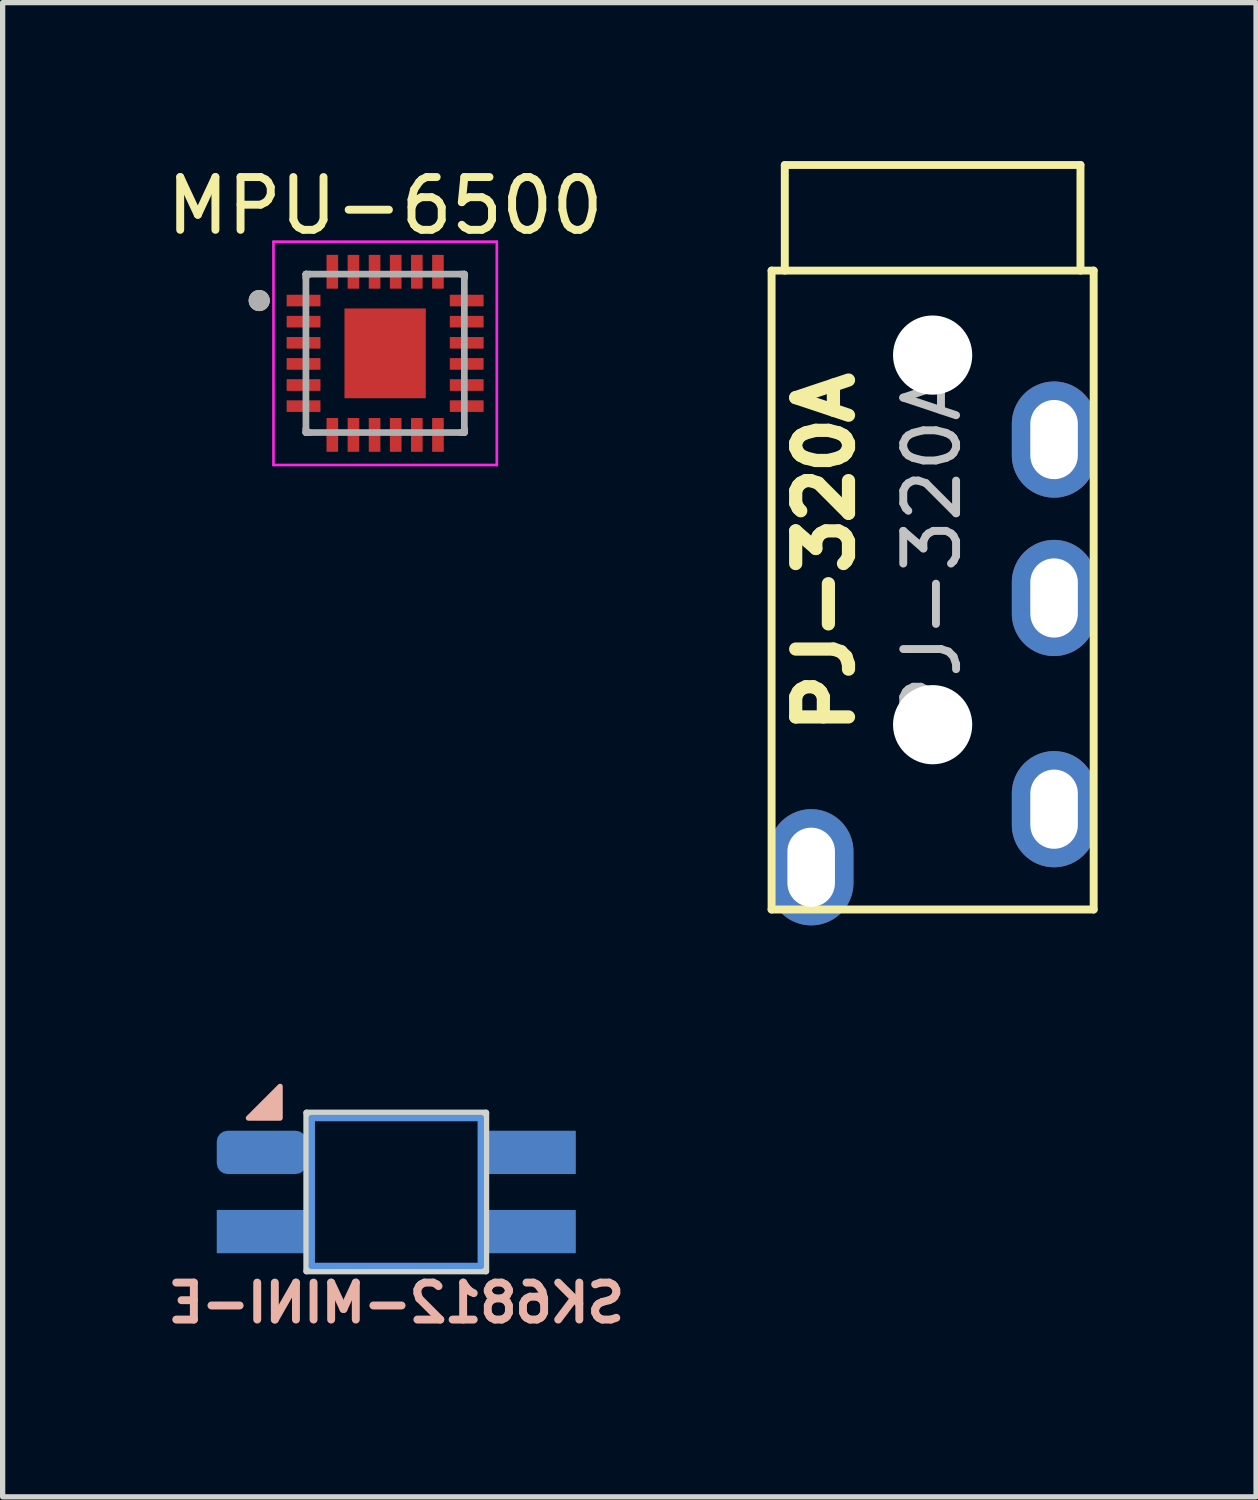
<source format=kicad_pcb>
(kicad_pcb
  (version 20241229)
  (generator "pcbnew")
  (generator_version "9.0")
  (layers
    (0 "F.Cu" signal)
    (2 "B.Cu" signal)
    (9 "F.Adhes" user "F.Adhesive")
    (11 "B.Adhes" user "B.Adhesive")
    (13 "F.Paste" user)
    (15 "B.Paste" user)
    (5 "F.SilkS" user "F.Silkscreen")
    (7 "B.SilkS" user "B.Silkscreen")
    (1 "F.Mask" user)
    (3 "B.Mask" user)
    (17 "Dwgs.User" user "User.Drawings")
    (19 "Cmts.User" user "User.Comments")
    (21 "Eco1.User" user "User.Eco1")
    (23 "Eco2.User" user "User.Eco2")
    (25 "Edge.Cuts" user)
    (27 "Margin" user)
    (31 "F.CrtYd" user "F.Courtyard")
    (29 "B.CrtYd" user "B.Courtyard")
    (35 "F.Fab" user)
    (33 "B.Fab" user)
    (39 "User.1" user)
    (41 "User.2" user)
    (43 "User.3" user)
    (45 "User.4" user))
  (footprint "MPU-6500"
    (layer "F.Cu")
    (at 4.244 3.642)
    (property "Reference" "MPU-6500" (at 0 -2.794 0) (layer "F.SilkS") (effects (font (size 1 1) (thickness 0.15))))
    (attr smd)
    (fp_line (start -1.5 -1.5) (end -1.5 -1.43) (stroke (width 0.127) (type solid)) (layer "F.SilkS"))
    (fp_line (start -1.5 -1.5) (end -1.43 -1.5) (stroke (width 0.127) (type solid)) (layer "F.SilkS"))
    (fp_line (start -1.5 1.5) (end -1.5 1.43) (stroke (width 0.127) (type solid)) (layer "F.SilkS"))
    (fp_line (start -1.5 1.5) (end -1.43 1.5) (stroke (width 0.127) (type solid)) (layer "F.SilkS"))
    (fp_line (start 1.5 -1.5) (end 1.43 -1.5) (stroke (width 0.127) (type solid)) (layer "F.SilkS"))
    (fp_line (start 1.5 -1.5) (end 1.5 -1.43) (stroke (width 0.127) (type solid)) (layer "F.SilkS"))
    (fp_line (start 1.5 1.5) (end 1.43 1.5) (stroke (width 0.127) (type solid)) (layer "F.SilkS"))
    (fp_line (start 1.5 1.5) (end 1.5 1.43) (stroke (width 0.127) (type solid)) (layer "F.SilkS"))
    (fp_circle (center -2.385 -1) (end -2.285 -1) (stroke (width 0.2) (type solid)) (fill no) (layer "F.SilkS"))
    (fp_poly (pts (xy -0.485 -0.54) (xy 0.485 -0.54) (xy 0.485 0.54) (xy -0.485 0.54)) (stroke (width 0.01) (type solid)) (fill yes) (layer "F.Paste"))
    (fp_line (start -2.115 -2.115) (end 2.115 -2.115) (stroke (width 0.05) (type solid)) (layer "F.CrtYd"))
    (fp_line (start -2.115 2.115) (end -2.115 -2.115) (stroke (width 0.05) (type solid)) (layer "F.CrtYd"))
    (fp_line (start -2.115 2.115) (end 2.115 2.115) (stroke (width 0.05) (type solid)) (layer "F.CrtYd"))
    (fp_line (start 2.115 2.115) (end 2.115 -2.115) (stroke (width 0.05) (type solid)) (layer "F.CrtYd"))
    (fp_line (start -1.5 1.5) (end -1.5 -1.5) (stroke (width 0.127) (type solid)) (layer "F.Fab"))
    (fp_line (start 1.5 -1.5) (end -1.5 -1.5) (stroke (width 0.127) (type solid)) (layer "F.Fab"))
    (fp_line (start 1.5 1.5) (end -1.5 1.5) (stroke (width 0.127) (type solid)) (layer "F.Fab"))
    (fp_line (start 1.5 1.5) (end 1.5 -1.5) (stroke (width 0.127) (type solid)) (layer "F.Fab"))
    (fp_circle (center -2.385 -1) (end -2.285 -1) (stroke (width 0.2) (type solid)) (fill no) (layer "F.Fab"))
    (pad "1" smd roundrect (at -1.545 -1) (size 0.64 0.22) (layers "F.Cu" "F.Mask" "F.Paste") (roundrect_rratio 0.03))
    (pad "2" smd roundrect (at -1.545 -0.6) (size 0.64 0.22) (layers "F.Cu" "F.Mask" "F.Paste") (roundrect_rratio 0.03))
    (pad "3" smd roundrect (at -1.545 -0.2) (size 0.64 0.22) (layers "F.Cu" "F.Mask" "F.Paste") (roundrect_rratio 0.03))
    (pad "4" smd roundrect (at -1.545 0.2) (size 0.64 0.22) (layers "F.Cu" "F.Mask" "F.Paste") (roundrect_rratio 0.03))
    (pad "5" smd roundrect (at -1.545 0.6) (size 0.64 0.22) (layers "F.Cu" "F.Mask" "F.Paste") (roundrect_rratio 0.03))
    (pad "6" smd roundrect (at -1.545 1) (size 0.64 0.22) (layers "F.Cu" "F.Mask" "F.Paste") (roundrect_rratio 0.03))
    (pad "7" smd roundrect (at -1 1.545 90) (size 0.64 0.22) (layers "F.Cu" "F.Mask" "F.Paste") (roundrect_rratio 0.03))
    (pad "8" smd roundrect (at -0.6 1.545 90) (size 0.64 0.22) (layers "F.Cu" "F.Mask" "F.Paste") (roundrect_rratio 0.03))
    (pad "9" smd roundrect (at -0.2 1.545 90) (size 0.64 0.22) (layers "F.Cu" "F.Mask" "F.Paste") (roundrect_rratio 0.03))
    (pad "10" smd roundrect (at 0.2 1.545 90) (size 0.64 0.22) (layers "F.Cu" "F.Mask" "F.Paste") (roundrect_rratio 0.03))
    (pad "11" smd roundrect (at 0.6 1.545 90) (size 0.64 0.22) (layers "F.Cu" "F.Mask" "F.Paste") (roundrect_rratio 0.03))
    (pad "12" smd roundrect (at 1 1.545 90) (size 0.64 0.22) (layers "F.Cu" "F.Mask" "F.Paste") (roundrect_rratio 0.03))
    (pad "13" smd roundrect (at 1.545 1) (size 0.64 0.22) (layers "F.Cu" "F.Mask" "F.Paste") (roundrect_rratio 0.03))
    (pad "14" smd roundrect (at 1.545 0.6) (size 0.64 0.22) (layers "F.Cu" "F.Mask" "F.Paste") (roundrect_rratio 0.03))
    (pad "15" smd roundrect (at 1.545 0.2) (size 0.64 0.22) (layers "F.Cu" "F.Mask" "F.Paste") (roundrect_rratio 0.03))
    (pad "16" smd roundrect (at 1.545 -0.2) (size 0.64 0.22) (layers "F.Cu" "F.Mask" "F.Paste") (roundrect_rratio 0.03))
    (pad "17" smd roundrect (at 1.545 -0.6) (size 0.64 0.22) (layers "F.Cu" "F.Mask" "F.Paste") (roundrect_rratio 0.03))
    (pad "18" smd roundrect (at 1.545 -1) (size 0.64 0.22) (layers "F.Cu" "F.Mask" "F.Paste") (roundrect_rratio 0.03))
    (pad "19" smd roundrect (at 1 -1.545 90) (size 0.64 0.22) (layers "F.Cu" "F.Mask" "F.Paste") (roundrect_rratio 0.03))
    (pad "20" smd roundrect (at 0.6 -1.545 90) (size 0.64 0.22) (layers "F.Cu" "F.Mask" "F.Paste") (roundrect_rratio 0.03))
    (pad "21" smd roundrect (at 0.2 -1.545 90) (size 0.64 0.22) (layers "F.Cu" "F.Mask" "F.Paste") (roundrect_rratio 0.03))
    (pad "22" smd roundrect (at -0.2 -1.545 90) (size 0.64 0.22) (layers "F.Cu" "F.Mask" "F.Paste") (roundrect_rratio 0.03))
    (pad "23" smd roundrect (at -0.6 -1.545 90) (size 0.64 0.22) (layers "F.Cu" "F.Mask" "F.Paste") (roundrect_rratio 0.03))
    (pad "24" smd roundrect (at -1 -1.545 90) (size 0.64 0.22) (layers "F.Cu" "F.Mask" "F.Paste") (roundrect_rratio 0.03))
    (pad "25" smd rect (at 0 0) (size 1.54 1.7) (layers "F.Cu" "F.Mask")))
  (footprint "SK6812-MINI-E"
    (layer "F.Cu")
    (at 4.455 19.525)
    (property "Reference" "SK6812-MINI-E" (at 0 2.1 0) (unlocked yes) (layer "B.SilkS") (effects (font (size 0.7 0.7) (thickness 0.15)) (justify mirror)))
    (attr through_hole)
    (fp_poly (pts (xy -2.8 -1.4) (xy -2.2 -1.4) (xy -2.2 -2)) (stroke (width 0.1) (type solid)) (fill yes) (layer "B.SilkS"))
    (fp_line (start -1.6 -1.4) (end -1.6 1.4) (stroke (width 0.12) (type solid)) (layer "Cmts.User"))
    (fp_line (start -1.6 1.4) (end 1.6 1.4) (stroke (width 0.12) (type solid)) (layer "Cmts.User"))
    (fp_line (start 1.6 -1.4) (end -1.6 -1.4) (stroke (width 0.12) (type solid)) (layer "Cmts.User"))
    (fp_line (start 1.6 1.4) (end 1.6 -1.4) (stroke (width 0.12) (type solid)) (layer "Cmts.User"))
    (fp_line (start -1.7 -1.5) (end -1.7 1.5) (stroke (width 0.12) (type solid)) (layer "Edge.Cuts"))
    (fp_line (start -1.7 1.5) (end 1.7 1.5) (stroke (width 0.12) (type solid)) (layer "Edge.Cuts"))
    (fp_line (start 1.7 -1.5) (end -1.7 -1.5) (stroke (width 0.12) (type solid)) (layer "Edge.Cuts"))
    (fp_line (start 1.7 1.5) (end 1.7 -1.5) (stroke (width 0.12) (type solid)) (layer "Edge.Cuts"))
    (pad "1" smd rect (at 2.55 0.75) (size 1.7 0.82) (layers "B.Cu" "B.Mask" "B.Paste"))
    (pad "2" smd rect (at 2.55 -0.75) (size 1.7 0.82) (layers "B.Cu" "B.Mask" "B.Paste"))
    (pad "3" smd roundrect (at -2.55 -0.75) (size 1.7 0.82) (layers "B.Cu" "B.Mask" "B.Paste") (roundrect_rratio 0.25))
    (pad "4" smd rect (at -2.55 0.75) (size 1.7 0.82) (layers "B.Cu" "B.Mask" "B.Paste")))
  (footprint "PJ-320A"
    (layer "F.Cu")
    (at 14.602 7.409)
    (property "Reference" "PJ-320A" (at 0 0 90) (layer "Dwgs.User") (effects (font (size 1 1) (thickness 0.15))))
    (fp_line (start -3.039 -5.334) (end -3.039 6.766) (stroke (width 0.15) (type solid)) (layer "F.SilkS"))
    (fp_line (start -2.789 -5.334) (end -2.789 -7.334) (stroke (width 0.15) (type solid)) (layer "F.SilkS"))
    (fp_line (start 2.811 -7.334) (end -2.789 -7.334) (stroke (width 0.15) (type solid)) (layer "F.SilkS"))
    (fp_line (start 2.811 -5.334) (end 2.811 -7.334) (stroke (width 0.15) (type solid)) (layer "F.SilkS"))
    (fp_line (start 3.061 -5.334) (end -3.039 -5.334) (stroke (width 0.15) (type solid)) (layer "F.SilkS"))
    (fp_line (start 3.061 -5.334) (end 3.061 6.766) (stroke (width 0.15) (type solid)) (layer "F.SilkS"))
    (fp_line (start 3.061 6.766) (end -3.039 6.766) (stroke (width 0.15) (type solid)) (layer "F.SilkS"))
    (fp_text user "PJ-320A" (at -2.032 0 90) (layer "F.SilkS") (effects (font (size 1 1) (thickness 0.25))))
    (pad "" np_thru_hole circle (at 0.011 -3.734) (size 1.5 1.5) (drill 1.5) (layers "*.Cu" "*.Mask"))
    (pad "" np_thru_hole circle (at 0.011 3.266) (size 1.5 1.5) (drill 1.5) (layers "*.Cu" "*.Mask"))
    (pad "1" thru_hole oval (at -2.289 5.966) (size 1.6 2.2) (drill oval 0.9 1.5) (layers "*.Cu" "*.Mask"))
    (pad "2" thru_hole oval (at 2.311 4.866) (size 1.6 2.2) (drill oval 0.9 1.5) (layers "*.Cu" "*.Mask"))
    (pad "3" thru_hole oval (at 2.311 0.866) (size 1.6 2.2) (drill oval 0.9 1.5) (layers "*.Cu" "*.Mask"))
    (pad "4" thru_hole oval (at 2.311 -2.134) (size 1.6 2.2) (drill oval 0.9 1.5) (layers "*.Cu" "*.Mask")))
  (gr_rect
    (start -3 -3)
    (end 20.738 25.298)
    (stroke (width 0.1) (type default))
    (fill no)
    (layer "Edge.Cuts")))
</source>
